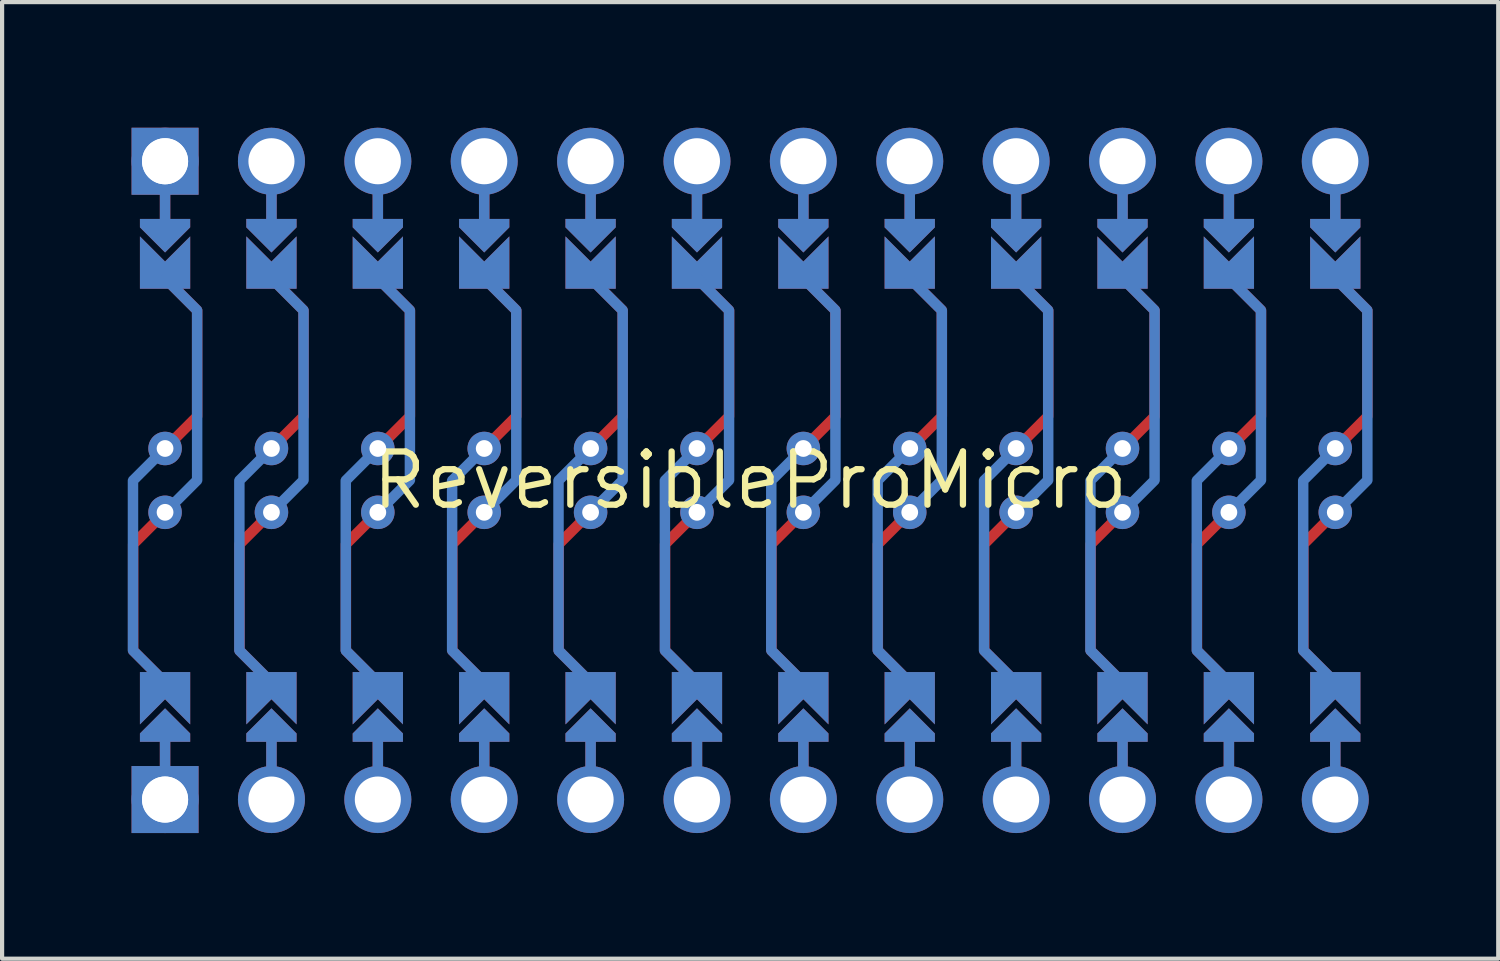
<source format=kicad_pcb>
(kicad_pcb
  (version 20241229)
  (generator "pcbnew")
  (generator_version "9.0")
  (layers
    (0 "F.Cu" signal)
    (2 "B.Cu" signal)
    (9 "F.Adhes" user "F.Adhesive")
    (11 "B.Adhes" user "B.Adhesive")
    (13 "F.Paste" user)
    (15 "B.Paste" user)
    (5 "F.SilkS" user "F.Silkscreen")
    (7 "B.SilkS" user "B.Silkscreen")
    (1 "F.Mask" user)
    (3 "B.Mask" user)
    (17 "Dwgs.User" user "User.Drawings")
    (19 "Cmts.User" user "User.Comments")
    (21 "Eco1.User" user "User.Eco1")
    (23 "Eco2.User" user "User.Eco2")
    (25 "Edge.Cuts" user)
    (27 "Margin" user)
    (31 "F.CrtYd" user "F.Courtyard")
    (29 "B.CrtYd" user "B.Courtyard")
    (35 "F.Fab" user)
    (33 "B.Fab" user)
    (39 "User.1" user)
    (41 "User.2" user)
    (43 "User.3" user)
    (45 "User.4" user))
  (footprint "ReversibleProMicro"
    (layer "F.Cu")
    (at 14.861 8.42)
    (property "Reference" "ReversibleProMicro" (at 0 0 180) (layer "F.SilkS") (effects (font (size 1.27 1.27) (thickness 0.15))))
    (attr through_hole)
    (fp_circle (center -13.97 -0.762) (end -13.845 -0.762) (stroke (width 0.25) (type solid)) (fill no) (layer "F.Mask"))
    (fp_circle (center -13.97 0.762) (end -13.845 0.762) (stroke (width 0.25) (type solid)) (fill no) (layer "F.Mask"))
    (fp_circle (center -11.43 -0.762) (end -11.305 -0.762) (stroke (width 0.25) (type solid)) (fill no) (layer "F.Mask"))
    (fp_circle (center -11.43 0.762) (end -11.305 0.762) (stroke (width 0.25) (type solid)) (fill no) (layer "F.Mask"))
    (fp_circle (center -8.89 -0.762) (end -8.765 -0.762) (stroke (width 0.25) (type solid)) (fill no) (layer "F.Mask"))
    (fp_circle (center -8.89 0.762) (end -8.765 0.762) (stroke (width 0.25) (type solid)) (fill no) (layer "F.Mask"))
    (fp_circle (center -6.35 -0.762) (end -6.225 -0.762) (stroke (width 0.25) (type solid)) (fill no) (layer "F.Mask"))
    (fp_circle (center -6.35 0.762) (end -6.225 0.762) (stroke (width 0.25) (type solid)) (fill no) (layer "F.Mask"))
    (fp_circle (center -3.81 -0.762) (end -3.685 -0.762) (stroke (width 0.25) (type solid)) (fill no) (layer "F.Mask"))
    (fp_circle (center -3.81 0.762) (end -3.685 0.762) (stroke (width 0.25) (type solid)) (fill no) (layer "F.Mask"))
    (fp_circle (center -1.27 -0.762) (end -1.145 -0.762) (stroke (width 0.25) (type solid)) (fill no) (layer "F.Mask"))
    (fp_circle (center -1.27 0.762) (end -1.145 0.762) (stroke (width 0.25) (type solid)) (fill no) (layer "F.Mask"))
    (fp_circle (center 1.27 -0.762) (end 1.395 -0.762) (stroke (width 0.25) (type solid)) (fill no) (layer "F.Mask"))
    (fp_circle (center 1.27 0.762) (end 1.395 0.762) (stroke (width 0.25) (type solid)) (fill no) (layer "F.Mask"))
    (fp_circle (center 3.81 -0.762) (end 3.935 -0.762) (stroke (width 0.25) (type solid)) (fill no) (layer "F.Mask"))
    (fp_circle (center 3.81 0.762) (end 3.935 0.762) (stroke (width 0.25) (type solid)) (fill no) (layer "F.Mask"))
    (fp_circle (center 6.35 -0.762) (end 6.475 -0.762) (stroke (width 0.25) (type solid)) (fill no) (layer "F.Mask"))
    (fp_circle (center 6.35 0.762) (end 6.475 0.762) (stroke (width 0.25) (type solid)) (fill no) (layer "F.Mask"))
    (fp_circle (center 8.89 -0.762) (end 9.015 -0.762) (stroke (width 0.25) (type solid)) (fill no) (layer "F.Mask"))
    (fp_circle (center 8.89 0.762) (end 9.015 0.762) (stroke (width 0.25) (type solid)) (fill no) (layer "F.Mask"))
    (fp_circle (center 11.43 -0.762) (end 11.555 -0.762) (stroke (width 0.25) (type solid)) (fill no) (layer "F.Mask"))
    (fp_circle (center 11.43 0.762) (end 11.555 0.762) (stroke (width 0.25) (type solid)) (fill no) (layer "F.Mask"))
    (fp_circle (center 13.97 -0.762) (end 14.095 -0.762) (stroke (width 0.25) (type solid)) (fill no) (layer "F.Mask"))
    (fp_circle (center 13.97 0.762) (end 14.095 0.762) (stroke (width 0.25) (type solid)) (fill no) (layer "F.Mask"))
    (fp_poly (pts (xy -14.478 5.08) (xy -13.462 5.08) (xy -13.462 6.096) (xy -14.478 6.096)) (stroke (width 0.1) (type solid)) (fill yes) (layer "F.Mask"))
    (fp_poly (pts (xy -13.462 -5.08) (xy -14.478 -5.08) (xy -14.478 -6.096) (xy -13.462 -6.096)) (stroke (width 0.1) (type solid)) (fill yes) (layer "F.Mask"))
    (fp_poly (pts (xy -11.938 5.08) (xy -10.922 5.08) (xy -10.922 6.096) (xy -11.938 6.096)) (stroke (width 0.1) (type solid)) (fill yes) (layer "F.Mask"))
    (fp_poly (pts (xy -10.922 -5.08) (xy -11.938 -5.08) (xy -11.938 -6.096) (xy -10.922 -6.096)) (stroke (width 0.1) (type solid)) (fill yes) (layer "F.Mask"))
    (fp_poly (pts (xy -9.398 5.08) (xy -8.382 5.08) (xy -8.382 6.096) (xy -9.398 6.096)) (stroke (width 0.1) (type solid)) (fill yes) (layer "F.Mask"))
    (fp_poly (pts (xy -8.382 -5.08) (xy -9.398 -5.08) (xy -9.398 -6.096) (xy -8.382 -6.096)) (stroke (width 0.1) (type solid)) (fill yes) (layer "F.Mask"))
    (fp_poly (pts (xy -6.858 5.08) (xy -5.842 5.08) (xy -5.842 6.096) (xy -6.858 6.096)) (stroke (width 0.1) (type solid)) (fill yes) (layer "F.Mask"))
    (fp_poly (pts (xy -5.842 -5.08) (xy -6.858 -5.08) (xy -6.858 -6.096) (xy -5.842 -6.096)) (stroke (width 0.1) (type solid)) (fill yes) (layer "F.Mask"))
    (fp_poly (pts (xy -4.318 5.08) (xy -3.302 5.08) (xy -3.302 6.096) (xy -4.318 6.096)) (stroke (width 0.1) (type solid)) (fill yes) (layer "F.Mask"))
    (fp_poly (pts (xy -3.302 -5.08) (xy -4.318 -5.08) (xy -4.318 -6.096) (xy -3.302 -6.096)) (stroke (width 0.1) (type solid)) (fill yes) (layer "F.Mask"))
    (fp_poly (pts (xy -1.778 5.08) (xy -0.762 5.08) (xy -0.762 6.096) (xy -1.778 6.096)) (stroke (width 0.1) (type solid)) (fill yes) (layer "F.Mask"))
    (fp_poly (pts (xy -0.762 -5.08) (xy -1.778 -5.08) (xy -1.778 -6.096) (xy -0.762 -6.096)) (stroke (width 0.1) (type solid)) (fill yes) (layer "F.Mask"))
    (fp_poly (pts (xy 0.762 5.08) (xy 1.778 5.08) (xy 1.778 6.096) (xy 0.762 6.096)) (stroke (width 0.1) (type solid)) (fill yes) (layer "F.Mask"))
    (fp_poly (pts (xy 1.778 -5.08) (xy 0.762 -5.08) (xy 0.762 -6.096) (xy 1.778 -6.096)) (stroke (width 0.1) (type solid)) (fill yes) (layer "F.Mask"))
    (fp_poly (pts (xy 3.302 5.08) (xy 4.318 5.08) (xy 4.318 6.096) (xy 3.302 6.096)) (stroke (width 0.1) (type solid)) (fill yes) (layer "F.Mask"))
    (fp_poly (pts (xy 4.318 -5.08) (xy 3.302 -5.08) (xy 3.302 -6.096) (xy 4.318 -6.096)) (stroke (width 0.1) (type solid)) (fill yes) (layer "F.Mask"))
    (fp_poly (pts (xy 5.842 5.08) (xy 6.858 5.08) (xy 6.858 6.096) (xy 5.842 6.096)) (stroke (width 0.1) (type solid)) (fill yes) (layer "F.Mask"))
    (fp_poly (pts (xy 6.858 -5.08) (xy 5.842 -5.08) (xy 5.842 -6.096) (xy 6.858 -6.096)) (stroke (width 0.1) (type solid)) (fill yes) (layer "F.Mask"))
    (fp_poly (pts (xy 8.382 5.08) (xy 9.398 5.08) (xy 9.398 6.096) (xy 8.382 6.096)) (stroke (width 0.1) (type solid)) (fill yes) (layer "F.Mask"))
    (fp_poly (pts (xy 9.398 -5.08) (xy 8.382 -5.08) (xy 8.382 -6.096) (xy 9.398 -6.096)) (stroke (width 0.1) (type solid)) (fill yes) (layer "F.Mask"))
    (fp_poly (pts (xy 10.922 5.08) (xy 11.938 5.08) (xy 11.938 6.096) (xy 10.922 6.096)) (stroke (width 0.1) (type solid)) (fill yes) (layer "F.Mask"))
    (fp_poly (pts (xy 11.938 -5.08) (xy 10.922 -5.08) (xy 10.922 -6.096) (xy 11.938 -6.096)) (stroke (width 0.1) (type solid)) (fill yes) (layer "F.Mask"))
    (fp_poly (pts (xy 13.462 5.08) (xy 14.478 5.08) (xy 14.478 6.096) (xy 13.462 6.096)) (stroke (width 0.1) (type solid)) (fill yes) (layer "F.Mask"))
    (fp_poly (pts (xy 14.478 -5.08) (xy 13.462 -5.08) (xy 13.462 -6.096) (xy 14.478 -6.096)) (stroke (width 0.1) (type solid)) (fill yes) (layer "F.Mask"))
    (fp_circle (center -13.97 -0.762) (end -13.845 -0.762) (stroke (width 0.25) (type solid)) (fill no) (layer "B.Mask"))
    (fp_circle (center -13.97 0.762) (end -13.845 0.762) (stroke (width 0.25) (type solid)) (fill no) (layer "B.Mask"))
    (fp_circle (center -11.43 -0.762) (end -11.305 -0.762) (stroke (width 0.25) (type solid)) (fill no) (layer "B.Mask"))
    (fp_circle (center -11.43 0.762) (end -11.305 0.762) (stroke (width 0.25) (type solid)) (fill no) (layer "B.Mask"))
    (fp_circle (center -8.89 -0.762) (end -8.765 -0.762) (stroke (width 0.25) (type solid)) (fill no) (layer "B.Mask"))
    (fp_circle (center -8.89 0.762) (end -8.765 0.762) (stroke (width 0.25) (type solid)) (fill no) (layer "B.Mask"))
    (fp_circle (center -6.35 -0.762) (end -6.225 -0.762) (stroke (width 0.25) (type solid)) (fill no) (layer "B.Mask"))
    (fp_circle (center -6.35 0.762) (end -6.225 0.762) (stroke (width 0.25) (type solid)) (fill no) (layer "B.Mask"))
    (fp_circle (center -3.81 -0.762) (end -3.685 -0.762) (stroke (width 0.25) (type solid)) (fill no) (layer "B.Mask"))
    (fp_circle (center -3.81 0.762) (end -3.685 0.762) (stroke (width 0.25) (type solid)) (fill no) (layer "B.Mask"))
    (fp_circle (center -1.27 -0.762) (end -1.145 -0.762) (stroke (width 0.25) (type solid)) (fill no) (layer "B.Mask"))
    (fp_circle (center -1.27 0.762) (end -1.145 0.762) (stroke (width 0.25) (type solid)) (fill no) (layer "B.Mask"))
    (fp_circle (center 1.27 -0.762) (end 1.395 -0.762) (stroke (width 0.25) (type solid)) (fill no) (layer "B.Mask"))
    (fp_circle (center 1.27 0.762) (end 1.395 0.762) (stroke (width 0.25) (type solid)) (fill no) (layer "B.Mask"))
    (fp_circle (center 3.81 -0.762) (end 3.935 -0.762) (stroke (width 0.25) (type solid)) (fill no) (layer "B.Mask"))
    (fp_circle (center 3.81 0.762) (end 3.935 0.762) (stroke (width 0.25) (type solid)) (fill no) (layer "B.Mask"))
    (fp_circle (center 6.35 -0.762) (end 6.475 -0.762) (stroke (width 0.25) (type solid)) (fill no) (layer "B.Mask"))
    (fp_circle (center 6.35 0.762) (end 6.475 0.762) (stroke (width 0.25) (type solid)) (fill no) (layer "B.Mask"))
    (fp_circle (center 8.89 -0.762) (end 9.015 -0.762) (stroke (width 0.25) (type solid)) (fill no) (layer "B.Mask"))
    (fp_circle (center 8.89 0.762) (end 9.015 0.762) (stroke (width 0.25) (type solid)) (fill no) (layer "B.Mask"))
    (fp_circle (center 11.43 -0.762) (end 11.555 -0.762) (stroke (width 0.25) (type solid)) (fill no) (layer "B.Mask"))
    (fp_circle (center 11.43 0.762) (end 11.555 0.762) (stroke (width 0.25) (type solid)) (fill no) (layer "B.Mask"))
    (fp_circle (center 13.97 -0.762) (end 14.095 -0.762) (stroke (width 0.25) (type solid)) (fill no) (layer "B.Mask"))
    (fp_circle (center 13.97 0.762) (end 14.095 0.762) (stroke (width 0.25) (type solid)) (fill no) (layer "B.Mask"))
    (fp_poly (pts (xy -14.478 5.08) (xy -13.462 5.08) (xy -13.462 6.096) (xy -14.478 6.096)) (stroke (width 0.1) (type solid)) (fill yes) (layer "B.Mask"))
    (fp_poly (pts (xy -13.462 -5.08) (xy -14.478 -5.08) (xy -14.478 -6.096) (xy -13.462 -6.096)) (stroke (width 0.1) (type solid)) (fill yes) (layer "B.Mask"))
    (fp_poly (pts (xy -11.938 5.08) (xy -10.922 5.08) (xy -10.922 6.096) (xy -11.938 6.096)) (stroke (width 0.1) (type solid)) (fill yes) (layer "B.Mask"))
    (fp_poly (pts (xy -10.922 -5.08) (xy -11.938 -5.08) (xy -11.938 -6.096) (xy -10.922 -6.096)) (stroke (width 0.1) (type solid)) (fill yes) (layer "B.Mask"))
    (fp_poly (pts (xy -9.398 5.08) (xy -8.382 5.08) (xy -8.382 6.096) (xy -9.398 6.096)) (stroke (width 0.1) (type solid)) (fill yes) (layer "B.Mask"))
    (fp_poly (pts (xy -8.382 -5.08) (xy -9.398 -5.08) (xy -9.398 -6.096) (xy -8.382 -6.096)) (stroke (width 0.1) (type solid)) (fill yes) (layer "B.Mask"))
    (fp_poly (pts (xy -6.858 5.08) (xy -5.842 5.08) (xy -5.842 6.096) (xy -6.858 6.096)) (stroke (width 0.1) (type solid)) (fill yes) (layer "B.Mask"))
    (fp_poly (pts (xy -5.842 -5.08) (xy -6.858 -5.08) (xy -6.858 -6.096) (xy -5.842 -6.096)) (stroke (width 0.1) (type solid)) (fill yes) (layer "B.Mask"))
    (fp_poly (pts (xy -4.318 5.08) (xy -3.302 5.08) (xy -3.302 6.096) (xy -4.318 6.096)) (stroke (width 0.1) (type solid)) (fill yes) (layer "B.Mask"))
    (fp_poly (pts (xy -3.302 -5.08) (xy -4.318 -5.08) (xy -4.318 -6.096) (xy -3.302 -6.096)) (stroke (width 0.1) (type solid)) (fill yes) (layer "B.Mask"))
    (fp_poly (pts (xy -1.778 5.08) (xy -0.762 5.08) (xy -0.762 6.096) (xy -1.778 6.096)) (stroke (width 0.1) (type solid)) (fill yes) (layer "B.Mask"))
    (fp_poly (pts (xy -0.762 -5.08) (xy -1.778 -5.08) (xy -1.778 -6.096) (xy -0.762 -6.096)) (stroke (width 0.1) (type solid)) (fill yes) (layer "B.Mask"))
    (fp_poly (pts (xy 0.762 5.08) (xy 1.778 5.08) (xy 1.778 6.096) (xy 0.762 6.096)) (stroke (width 0.1) (type solid)) (fill yes) (layer "B.Mask"))
    (fp_poly (pts (xy 1.778 -5.08) (xy 0.762 -5.08) (xy 0.762 -6.096) (xy 1.778 -6.096)) (stroke (width 0.1) (type solid)) (fill yes) (layer "B.Mask"))
    (fp_poly (pts (xy 3.302 5.08) (xy 4.318 5.08) (xy 4.318 6.096) (xy 3.302 6.096)) (stroke (width 0.1) (type solid)) (fill yes) (layer "B.Mask"))
    (fp_poly (pts (xy 4.318 -5.08) (xy 3.302 -5.08) (xy 3.302 -6.096) (xy 4.318 -6.096)) (stroke (width 0.1) (type solid)) (fill yes) (layer "B.Mask"))
    (fp_poly (pts (xy 5.842 5.08) (xy 6.858 5.08) (xy 6.858 6.096) (xy 5.842 6.096)) (stroke (width 0.1) (type solid)) (fill yes) (layer "B.Mask"))
    (fp_poly (pts (xy 6.858 -5.08) (xy 5.842 -5.08) (xy 5.842 -6.096) (xy 6.858 -6.096)) (stroke (width 0.1) (type solid)) (fill yes) (layer "B.Mask"))
    (fp_poly (pts (xy 8.382 5.08) (xy 9.398 5.08) (xy 9.398 6.096) (xy 8.382 6.096)) (stroke (width 0.1) (type solid)) (fill yes) (layer "B.Mask"))
    (fp_poly (pts (xy 9.398 -5.08) (xy 8.382 -5.08) (xy 8.382 -6.096) (xy 9.398 -6.096)) (stroke (width 0.1) (type solid)) (fill yes) (layer "B.Mask"))
    (fp_poly (pts (xy 10.922 5.08) (xy 11.938 5.08) (xy 11.938 6.096) (xy 10.922 6.096)) (stroke (width 0.1) (type solid)) (fill yes) (layer "B.Mask"))
    (fp_poly (pts (xy 11.938 -5.08) (xy 10.922 -5.08) (xy 10.922 -6.096) (xy 11.938 -6.096)) (stroke (width 0.1) (type solid)) (fill yes) (layer "B.Mask"))
    (fp_poly (pts (xy 13.462 5.08) (xy 14.478 5.08) (xy 14.478 6.096) (xy 13.462 6.096)) (stroke (width 0.1) (type solid)) (fill yes) (layer "B.Mask"))
    (fp_poly (pts (xy 14.478 -5.08) (xy 13.462 -5.08) (xy 13.462 -6.096) (xy 14.478 -6.096)) (stroke (width 0.1) (type solid)) (fill yes) (layer "B.Mask"))
    (pad "" thru_hole circle (at -13.97 -7.62) (size 1.6 1.6) (drill 1.1) (layers "*.Cu" "*.Mask"))
    (pad "" thru_hole rect (at -13.97 -7.62) (size 1.6 1.6) (drill 1.1) (layers "F.Cu" "F.Mask"))
    (pad "" smd custom (at -13.97 -6.35) (size 0.25 1) (layers "F.Cu") (options (anchor rect)) (primitives))
    (pad "" smd custom (at -13.97 -6.35) (size 0.25 1) (layers "B.Cu") (options (anchor rect)) (primitives))
    (pad "" smd custom (at -13.97 -5.842) (size 0.1 0.1) (layers "F.Cu" "F.Mask") (options (anchor rect)) (primitives (gr_poly (pts (xy 0.6 -0.4) (xy -0.6 -0.4) (xy -0.6 -0.2) (xy 0 0.4) (xy 0.6 -0.2)) (width 0) (fill yes))))
    (pad "" smd custom (at -13.97 -5.842) (size 0.1 0.1) (layers "B.Cu" "B.Mask") (options (anchor rect)) (primitives (gr_poly (pts (xy 0.6 -0.4) (xy -0.6 -0.4) (xy -0.6 -0.2) (xy 0 0.4) (xy 0.6 -0.2)) (width 0) (fill yes))))
    (pad "" smd custom (at -13.97 5.842 180) (size 0.1 0.1) (layers "F.Cu" "F.Mask") (options (anchor rect)) (primitives (gr_poly (pts (xy 0.6 -0.4) (xy -0.6 -0.4) (xy -0.6 -0.2) (xy 0 0.4) (xy 0.6 -0.2)) (width 0) (fill yes))))
    (pad "" smd custom (at -13.97 5.842 180) (size 0.1 0.1) (layers "B.Cu" "B.Mask") (options (anchor rect)) (primitives (gr_poly (pts (xy 0.6 -0.4) (xy -0.6 -0.4) (xy -0.6 -0.2) (xy 0 0.4) (xy 0.6 -0.2)) (width 0) (fill yes))))
    (pad "" smd custom (at -13.97 6.35 180) (size 0.25 1) (layers "F.Cu") (options (anchor rect)) (primitives))
    (pad "" smd custom (at -13.97 6.35 180) (size 0.25 1) (layers "B.Cu") (options (anchor rect)) (primitives))
    (pad "" thru_hole circle (at -13.97 7.62) (size 1.6 1.6) (drill 1.1) (layers "*.Cu" "*.Mask"))
    (pad "" thru_hole rect (at -13.97 7.62) (size 1.6 1.6) (drill 1.1) (layers "B.Cu" "B.Mask"))
    (pad "" thru_hole circle (at -11.43 -7.62) (size 1.6 1.6) (drill 1.1) (layers "*.Cu" "*.Mask"))
    (pad "" smd custom (at -11.43 -6.35) (size 0.25 1) (layers "F.Cu") (options (anchor rect)) (primitives))
    (pad "" smd custom (at -11.43 -6.35) (size 0.25 1) (layers "B.Cu") (options (anchor rect)) (primitives))
    (pad "" smd custom (at -11.43 -5.842) (size 0.1 0.1) (layers "F.Cu" "F.Mask") (options (anchor rect)) (primitives (gr_poly (pts (xy 0.6 -0.4) (xy -0.6 -0.4) (xy -0.6 -0.2) (xy 0 0.4) (xy 0.6 -0.2)) (width 0) (fill yes))))
    (pad "" smd custom (at -11.43 -5.842) (size 0.1 0.1) (layers "B.Cu" "B.Mask") (options (anchor rect)) (primitives (gr_poly (pts (xy 0.6 -0.4) (xy -0.6 -0.4) (xy -0.6 -0.2) (xy 0 0.4) (xy 0.6 -0.2)) (width 0) (fill yes))))
    (pad "" smd custom (at -11.43 5.842 180) (size 0.1 0.1) (layers "F.Cu" "F.Mask") (options (anchor rect)) (primitives (gr_poly (pts (xy 0.6 -0.4) (xy -0.6 -0.4) (xy -0.6 -0.2) (xy 0 0.4) (xy 0.6 -0.2)) (width 0) (fill yes))))
    (pad "" smd custom (at -11.43 5.842 180) (size 0.1 0.1) (layers "B.Cu" "B.Mask") (options (anchor rect)) (primitives (gr_poly (pts (xy 0.6 -0.4) (xy -0.6 -0.4) (xy -0.6 -0.2) (xy 0 0.4) (xy 0.6 -0.2)) (width 0) (fill yes))))
    (pad "" smd custom (at -11.43 6.35 180) (size 0.25 1) (layers "F.Cu") (options (anchor rect)) (primitives))
    (pad "" smd custom (at -11.43 6.35 180) (size 0.25 1) (layers "B.Cu") (options (anchor rect)) (primitives))
    (pad "" thru_hole circle (at -11.43 7.62) (size 1.6 1.6) (drill 1.1) (layers "*.Cu" "*.Mask"))
    (pad "" thru_hole circle (at -8.89 -7.62) (size 1.6 1.6) (drill 1.1) (layers "*.Cu" "*.Mask"))
    (pad "" smd custom (at -8.89 -6.35) (size 0.25 1) (layers "F.Cu") (options (anchor rect)) (primitives))
    (pad "" smd custom (at -8.89 -6.35) (size 0.25 1) (layers "B.Cu") (options (anchor rect)) (primitives))
    (pad "" smd custom (at -8.89 -5.842) (size 0.1 0.1) (layers "F.Cu" "F.Mask") (options (anchor rect)) (primitives (gr_poly (pts (xy 0.6 -0.4) (xy -0.6 -0.4) (xy -0.6 -0.2) (xy 0 0.4) (xy 0.6 -0.2)) (width 0) (fill yes))))
    (pad "" smd custom (at -8.89 -5.842) (size 0.1 0.1) (layers "B.Cu" "B.Mask") (options (anchor rect)) (primitives (gr_poly (pts (xy 0.6 -0.4) (xy -0.6 -0.4) (xy -0.6 -0.2) (xy 0 0.4) (xy 0.6 -0.2)) (width 0) (fill yes))))
    (pad "" smd custom (at -8.89 5.842 180) (size 0.1 0.1) (layers "F.Cu" "F.Mask") (options (anchor rect)) (primitives (gr_poly (pts (xy 0.6 -0.4) (xy -0.6 -0.4) (xy -0.6 -0.2) (xy 0 0.4) (xy 0.6 -0.2)) (width 0) (fill yes))))
    (pad "" smd custom (at -8.89 5.842 180) (size 0.1 0.1) (layers "B.Cu" "B.Mask") (options (anchor rect)) (primitives (gr_poly (pts (xy 0.6 -0.4) (xy -0.6 -0.4) (xy -0.6 -0.2) (xy 0 0.4) (xy 0.6 -0.2)) (width 0) (fill yes))))
    (pad "" smd custom (at -8.89 6.35 180) (size 0.25 1) (layers "F.Cu") (options (anchor rect)) (primitives))
    (pad "" smd custom (at -8.89 6.35 180) (size 0.25 1) (layers "B.Cu") (options (anchor rect)) (primitives))
    (pad "" thru_hole circle (at -8.89 7.62) (size 1.6 1.6) (drill 1.1) (layers "*.Cu" "*.Mask"))
    (pad "" thru_hole circle (at -6.35 -7.62) (size 1.6 1.6) (drill 1.1) (layers "*.Cu" "*.Mask"))
    (pad "" smd custom (at -6.35 -6.35) (size 0.25 1) (layers "F.Cu") (options (anchor rect)) (primitives))
    (pad "" smd custom (at -6.35 -6.35) (size 0.25 1) (layers "B.Cu") (options (anchor rect)) (primitives))
    (pad "" smd custom (at -6.35 -5.842) (size 0.1 0.1) (layers "F.Cu" "F.Mask") (options (anchor rect)) (primitives (gr_poly (pts (xy 0.6 -0.4) (xy -0.6 -0.4) (xy -0.6 -0.2) (xy 0 0.4) (xy 0.6 -0.2)) (width 0) (fill yes))))
    (pad "" smd custom (at -6.35 -5.842) (size 0.1 0.1) (layers "B.Cu" "B.Mask") (options (anchor rect)) (primitives (gr_poly (pts (xy 0.6 -0.4) (xy -0.6 -0.4) (xy -0.6 -0.2) (xy 0 0.4) (xy 0.6 -0.2)) (width 0) (fill yes))))
    (pad "" smd custom (at -6.35 5.842 180) (size 0.1 0.1) (layers "F.Cu" "F.Mask") (options (anchor rect)) (primitives (gr_poly (pts (xy 0.6 -0.4) (xy -0.6 -0.4) (xy -0.6 -0.2) (xy 0 0.4) (xy 0.6 -0.2)) (width 0) (fill yes))))
    (pad "" smd custom (at -6.35 5.842 180) (size 0.1 0.1) (layers "B.Cu" "B.Mask") (options (anchor rect)) (primitives (gr_poly (pts (xy 0.6 -0.4) (xy -0.6 -0.4) (xy -0.6 -0.2) (xy 0 0.4) (xy 0.6 -0.2)) (width 0) (fill yes))))
    (pad "" smd custom (at -6.35 6.35 180) (size 0.25 1) (layers "F.Cu") (options (anchor rect)) (primitives))
    (pad "" smd custom (at -6.35 6.35 180) (size 0.25 1) (layers "B.Cu") (options (anchor rect)) (primitives))
    (pad "" thru_hole circle (at -6.35 7.62) (size 1.6 1.6) (drill 1.1) (layers "*.Cu" "*.Mask"))
    (pad "" thru_hole circle (at -3.81 -7.62) (size 1.6 1.6) (drill 1.1) (layers "*.Cu" "*.Mask"))
    (pad "" smd custom (at -3.81 -6.35) (size 0.25 1) (layers "F.Cu") (options (anchor rect)) (primitives))
    (pad "" smd custom (at -3.81 -6.35) (size 0.25 1) (layers "B.Cu") (options (anchor rect)) (primitives))
    (pad "" smd custom (at -3.81 -5.842) (size 0.1 0.1) (layers "F.Cu" "F.Mask") (options (anchor rect)) (primitives (gr_poly (pts (xy 0.6 -0.4) (xy -0.6 -0.4) (xy -0.6 -0.2) (xy 0 0.4) (xy 0.6 -0.2)) (width 0) (fill yes))))
    (pad "" smd custom (at -3.81 -5.842) (size 0.1 0.1) (layers "B.Cu" "B.Mask") (options (anchor rect)) (primitives (gr_poly (pts (xy 0.6 -0.4) (xy -0.6 -0.4) (xy -0.6 -0.2) (xy 0 0.4) (xy 0.6 -0.2)) (width 0) (fill yes))))
    (pad "" smd custom (at -3.81 5.842 180) (size 0.1 0.1) (layers "F.Cu" "F.Mask") (options (anchor rect)) (primitives (gr_poly (pts (xy 0.6 -0.4) (xy -0.6 -0.4) (xy -0.6 -0.2) (xy 0 0.4) (xy 0.6 -0.2)) (width 0) (fill yes))))
    (pad "" smd custom (at -3.81 5.842 180) (size 0.1 0.1) (layers "B.Cu" "B.Mask") (options (anchor rect)) (primitives (gr_poly (pts (xy 0.6 -0.4) (xy -0.6 -0.4) (xy -0.6 -0.2) (xy 0 0.4) (xy 0.6 -0.2)) (width 0) (fill yes))))
    (pad "" smd custom (at -3.81 6.35 180) (size 0.25 1) (layers "F.Cu") (options (anchor rect)) (primitives))
    (pad "" smd custom (at -3.81 6.35 180) (size 0.25 1) (layers "B.Cu") (options (anchor rect)) (primitives))
    (pad "" thru_hole circle (at -3.81 7.62) (size 1.6 1.6) (drill 1.1) (layers "*.Cu" "*.Mask"))
    (pad "" thru_hole circle (at -1.27 -7.62) (size 1.6 1.6) (drill 1.1) (layers "*.Cu" "*.Mask"))
    (pad "" smd custom (at -1.27 -6.35) (size 0.25 1) (layers "F.Cu") (options (anchor rect)) (primitives))
    (pad "" smd custom (at -1.27 -6.35) (size 0.25 1) (layers "B.Cu") (options (anchor rect)) (primitives))
    (pad "" smd custom (at -1.27 -5.842) (size 0.1 0.1) (layers "F.Cu" "F.Mask") (options (anchor rect)) (primitives (gr_poly (pts (xy 0.6 -0.4) (xy -0.6 -0.4) (xy -0.6 -0.2) (xy 0 0.4) (xy 0.6 -0.2)) (width 0) (fill yes))))
    (pad "" smd custom (at -1.27 -5.842) (size 0.1 0.1) (layers "B.Cu" "B.Mask") (options (anchor rect)) (primitives (gr_poly (pts (xy 0.6 -0.4) (xy -0.6 -0.4) (xy -0.6 -0.2) (xy 0 0.4) (xy 0.6 -0.2)) (width 0) (fill yes))))
    (pad "" smd custom (at -1.27 5.842 180) (size 0.1 0.1) (layers "F.Cu" "F.Mask") (options (anchor rect)) (primitives (gr_poly (pts (xy 0.6 -0.4) (xy -0.6 -0.4) (xy -0.6 -0.2) (xy 0 0.4) (xy 0.6 -0.2)) (width 0) (fill yes))))
    (pad "" smd custom (at -1.27 5.842 180) (size 0.1 0.1) (layers "B.Cu" "B.Mask") (options (anchor rect)) (primitives (gr_poly (pts (xy 0.6 -0.4) (xy -0.6 -0.4) (xy -0.6 -0.2) (xy 0 0.4) (xy 0.6 -0.2)) (width 0) (fill yes))))
    (pad "" smd custom (at -1.27 6.35 180) (size 0.25 1) (layers "F.Cu") (options (anchor rect)) (primitives))
    (pad "" smd custom (at -1.27 6.35 180) (size 0.25 1) (layers "B.Cu") (options (anchor rect)) (primitives))
    (pad "" thru_hole circle (at -1.27 7.62) (size 1.6 1.6) (drill 1.1) (layers "*.Cu" "*.Mask"))
    (pad "" thru_hole circle (at 1.27 -7.62) (size 1.6 1.6) (drill 1.1) (layers "*.Cu" "*.Mask"))
    (pad "" smd custom (at 1.27 -6.35) (size 0.25 1) (layers "F.Cu") (options (anchor rect)) (primitives))
    (pad "" smd custom (at 1.27 -6.35) (size 0.25 1) (layers "B.Cu") (options (anchor rect)) (primitives))
    (pad "" smd custom (at 1.27 -5.842) (size 0.1 0.1) (layers "F.Cu" "F.Mask") (options (anchor rect)) (primitives (gr_poly (pts (xy 0.6 -0.4) (xy -0.6 -0.4) (xy -0.6 -0.2) (xy 0 0.4) (xy 0.6 -0.2)) (width 0) (fill yes))))
    (pad "" smd custom (at 1.27 -5.842) (size 0.1 0.1) (layers "B.Cu" "B.Mask") (options (anchor rect)) (primitives (gr_poly (pts (xy 0.6 -0.4) (xy -0.6 -0.4) (xy -0.6 -0.2) (xy 0 0.4) (xy 0.6 -0.2)) (width 0) (fill yes))))
    (pad "" smd custom (at 1.27 5.842 180) (size 0.1 0.1) (layers "F.Cu" "F.Mask") (options (anchor rect)) (primitives (gr_poly (pts (xy 0.6 -0.4) (xy -0.6 -0.4) (xy -0.6 -0.2) (xy 0 0.4) (xy 0.6 -0.2)) (width 0) (fill yes))))
    (pad "" smd custom (at 1.27 5.842 180) (size 0.1 0.1) (layers "B.Cu" "B.Mask") (options (anchor rect)) (primitives (gr_poly (pts (xy 0.6 -0.4) (xy -0.6 -0.4) (xy -0.6 -0.2) (xy 0 0.4) (xy 0.6 -0.2)) (width 0) (fill yes))))
    (pad "" smd custom (at 1.27 6.35 180) (size 0.25 1) (layers "F.Cu") (options (anchor rect)) (primitives))
    (pad "" smd custom (at 1.27 6.35 180) (size 0.25 1) (layers "B.Cu") (options (anchor rect)) (primitives))
    (pad "" thru_hole circle (at 1.27 7.62) (size 1.6 1.6) (drill 1.1) (layers "*.Cu" "*.Mask"))
    (pad "" thru_hole circle (at 3.81 -7.62) (size 1.6 1.6) (drill 1.1) (layers "*.Cu" "*.Mask"))
    (pad "" smd custom (at 3.81 -6.35) (size 0.25 1) (layers "F.Cu") (options (anchor rect)) (primitives))
    (pad "" smd custom (at 3.81 -6.35) (size 0.25 1) (layers "B.Cu") (options (anchor rect)) (primitives))
    (pad "" smd custom (at 3.81 -5.842) (size 0.1 0.1) (layers "F.Cu" "F.Mask") (options (anchor rect)) (primitives (gr_poly (pts (xy 0.6 -0.4) (xy -0.6 -0.4) (xy -0.6 -0.2) (xy 0 0.4) (xy 0.6 -0.2)) (width 0) (fill yes))))
    (pad "" smd custom (at 3.81 -5.842) (size 0.1 0.1) (layers "B.Cu" "B.Mask") (options (anchor rect)) (primitives (gr_poly (pts (xy 0.6 -0.4) (xy -0.6 -0.4) (xy -0.6 -0.2) (xy 0 0.4) (xy 0.6 -0.2)) (width 0) (fill yes))))
    (pad "" smd custom (at 3.81 5.842 180) (size 0.1 0.1) (layers "F.Cu" "F.Mask") (options (anchor rect)) (primitives (gr_poly (pts (xy 0.6 -0.4) (xy -0.6 -0.4) (xy -0.6 -0.2) (xy 0 0.4) (xy 0.6 -0.2)) (width 0) (fill yes))))
    (pad "" smd custom (at 3.81 5.842 180) (size 0.1 0.1) (layers "B.Cu" "B.Mask") (options (anchor rect)) (primitives (gr_poly (pts (xy 0.6 -0.4) (xy -0.6 -0.4) (xy -0.6 -0.2) (xy 0 0.4) (xy 0.6 -0.2)) (width 0) (fill yes))))
    (pad "" smd custom (at 3.81 6.35 180) (size 0.25 1) (layers "F.Cu") (options (anchor rect)) (primitives))
    (pad "" smd custom (at 3.81 6.35 180) (size 0.25 1) (layers "B.Cu") (options (anchor rect)) (primitives))
    (pad "" thru_hole circle (at 3.81 7.62) (size 1.6 1.6) (drill 1.1) (layers "*.Cu" "*.Mask"))
    (pad "" thru_hole circle (at 6.35 -7.62) (size 1.6 1.6) (drill 1.1) (layers "*.Cu" "*.Mask"))
    (pad "" smd custom (at 6.35 -6.35) (size 0.25 1) (layers "F.Cu") (options (anchor rect)) (primitives))
    (pad "" smd custom (at 6.35 -6.35) (size 0.25 1) (layers "B.Cu") (options (anchor rect)) (primitives))
    (pad "" smd custom (at 6.35 -5.842) (size 0.1 0.1) (layers "F.Cu" "F.Mask") (options (anchor rect)) (primitives (gr_poly (pts (xy 0.6 -0.4) (xy -0.6 -0.4) (xy -0.6 -0.2) (xy 0 0.4) (xy 0.6 -0.2)) (width 0) (fill yes))))
    (pad "" smd custom (at 6.35 -5.842) (size 0.1 0.1) (layers "B.Cu" "B.Mask") (options (anchor rect)) (primitives (gr_poly (pts (xy 0.6 -0.4) (xy -0.6 -0.4) (xy -0.6 -0.2) (xy 0 0.4) (xy 0.6 -0.2)) (width 0) (fill yes))))
    (pad "" smd custom (at 6.35 5.842 180) (size 0.1 0.1) (layers "F.Cu" "F.Mask") (options (anchor rect)) (primitives (gr_poly (pts (xy 0.6 -0.4) (xy -0.6 -0.4) (xy -0.6 -0.2) (xy 0 0.4) (xy 0.6 -0.2)) (width 0) (fill yes))))
    (pad "" smd custom (at 6.35 5.842 180) (size 0.1 0.1) (layers "B.Cu" "B.Mask") (options (anchor rect)) (primitives (gr_poly (pts (xy 0.6 -0.4) (xy -0.6 -0.4) (xy -0.6 -0.2) (xy 0 0.4) (xy 0.6 -0.2)) (width 0) (fill yes))))
    (pad "" smd custom (at 6.35 6.35 180) (size 0.25 1) (layers "F.Cu") (options (anchor rect)) (primitives))
    (pad "" smd custom (at 6.35 6.35 180) (size 0.25 1) (layers "B.Cu") (options (anchor rect)) (primitives))
    (pad "" thru_hole circle (at 6.35 7.62) (size 1.6 1.6) (drill 1.1) (layers "*.Cu" "*.Mask"))
    (pad "" thru_hole circle (at 8.89 -7.62) (size 1.6 1.6) (drill 1.1) (layers "*.Cu" "*.Mask"))
    (pad "" smd custom (at 8.89 -6.35) (size 0.25 1) (layers "F.Cu") (options (anchor rect)) (primitives))
    (pad "" smd custom (at 8.89 -6.35) (size 0.25 1) (layers "B.Cu") (options (anchor rect)) (primitives))
    (pad "" smd custom (at 8.89 -5.842) (size 0.1 0.1) (layers "F.Cu" "F.Mask") (options (anchor rect)) (primitives (gr_poly (pts (xy 0.6 -0.4) (xy -0.6 -0.4) (xy -0.6 -0.2) (xy 0 0.4) (xy 0.6 -0.2)) (width 0) (fill yes))))
    (pad "" smd custom (at 8.89 -5.842) (size 0.1 0.1) (layers "B.Cu" "B.Mask") (options (anchor rect)) (primitives (gr_poly (pts (xy 0.6 -0.4) (xy -0.6 -0.4) (xy -0.6 -0.2) (xy 0 0.4) (xy 0.6 -0.2)) (width 0) (fill yes))))
    (pad "" smd custom (at 8.89 5.842 180) (size 0.1 0.1) (layers "F.Cu" "F.Mask") (options (anchor rect)) (primitives (gr_poly (pts (xy 0.6 -0.4) (xy -0.6 -0.4) (xy -0.6 -0.2) (xy 0 0.4) (xy 0.6 -0.2)) (width 0) (fill yes))))
    (pad "" smd custom (at 8.89 5.842 180) (size 0.1 0.1) (layers "B.Cu" "B.Mask") (options (anchor rect)) (primitives (gr_poly (pts (xy 0.6 -0.4) (xy -0.6 -0.4) (xy -0.6 -0.2) (xy 0 0.4) (xy 0.6 -0.2)) (width 0) (fill yes))))
    (pad "" smd custom (at 8.89 6.35 180) (size 0.25 1) (layers "F.Cu") (options (anchor rect)) (primitives))
    (pad "" smd custom (at 8.89 6.35 180) (size 0.25 1) (layers "B.Cu") (options (anchor rect)) (primitives))
    (pad "" thru_hole circle (at 8.89 7.62) (size 1.6 1.6) (drill 1.1) (layers "*.Cu" "*.Mask"))
    (pad "" thru_hole circle (at 11.43 -7.62) (size 1.6 1.6) (drill 1.1) (layers "*.Cu" "*.Mask"))
    (pad "" smd custom (at 11.43 -6.35) (size 0.25 1) (layers "F.Cu") (options (anchor rect)) (primitives))
    (pad "" smd custom (at 11.43 -6.35) (size 0.25 1) (layers "B.Cu") (options (anchor rect)) (primitives))
    (pad "" smd custom (at 11.43 -5.842) (size 0.1 0.1) (layers "F.Cu" "F.Mask") (options (anchor rect)) (primitives (gr_poly (pts (xy 0.6 -0.4) (xy -0.6 -0.4) (xy -0.6 -0.2) (xy 0 0.4) (xy 0.6 -0.2)) (width 0) (fill yes))))
    (pad "" smd custom (at 11.43 -5.842) (size 0.1 0.1) (layers "B.Cu" "B.Mask") (options (anchor rect)) (primitives (gr_poly (pts (xy 0.6 -0.4) (xy -0.6 -0.4) (xy -0.6 -0.2) (xy 0 0.4) (xy 0.6 -0.2)) (width 0) (fill yes))))
    (pad "" smd custom (at 11.43 5.842 180) (size 0.1 0.1) (layers "F.Cu" "F.Mask") (options (anchor rect)) (primitives (gr_poly (pts (xy 0.6 -0.4) (xy -0.6 -0.4) (xy -0.6 -0.2) (xy 0 0.4) (xy 0.6 -0.2)) (width 0) (fill yes))))
    (pad "" smd custom (at 11.43 5.842 180) (size 0.1 0.1) (layers "B.Cu" "B.Mask") (options (anchor rect)) (primitives (gr_poly (pts (xy 0.6 -0.4) (xy -0.6 -0.4) (xy -0.6 -0.2) (xy 0 0.4) (xy 0.6 -0.2)) (width 0) (fill yes))))
    (pad "" smd custom (at 11.43 6.35 180) (size 0.25 1) (layers "F.Cu") (options (anchor rect)) (primitives))
    (pad "" smd custom (at 11.43 6.35 180) (size 0.25 1) (layers "B.Cu") (options (anchor rect)) (primitives))
    (pad "" thru_hole circle (at 11.43 7.62) (size 1.6 1.6) (drill 1.1) (layers "*.Cu" "*.Mask"))
    (pad "" thru_hole circle (at 13.97 -7.62) (size 1.6 1.6) (drill 1.1) (layers "*.Cu" "*.Mask"))
    (pad "" smd custom (at 13.97 -6.35) (size 0.25 1) (layers "F.Cu") (options (anchor rect)) (primitives))
    (pad "" smd custom (at 13.97 -6.35) (size 0.25 1) (layers "B.Cu") (options (anchor rect)) (primitives))
    (pad "" smd custom (at 13.97 -5.842) (size 0.1 0.1) (layers "F.Cu" "F.Mask") (options (anchor rect)) (primitives (gr_poly (pts (xy 0.6 -0.4) (xy -0.6 -0.4) (xy -0.6 -0.2) (xy 0 0.4) (xy 0.6 -0.2)) (width 0) (fill yes))))
    (pad "" smd custom (at 13.97 -5.842) (size 0.1 0.1) (layers "B.Cu" "B.Mask") (options (anchor rect)) (primitives (gr_poly (pts (xy 0.6 -0.4) (xy -0.6 -0.4) (xy -0.6 -0.2) (xy 0 0.4) (xy 0.6 -0.2)) (width 0) (fill yes))))
    (pad "" smd custom (at 13.97 5.842 180) (size 0.1 0.1) (layers "F.Cu" "F.Mask") (options (anchor rect)) (primitives (gr_poly (pts (xy 0.6 -0.4) (xy -0.6 -0.4) (xy -0.6 -0.2) (xy 0 0.4) (xy 0.6 -0.2)) (width 0) (fill yes))))
    (pad "" smd custom (at 13.97 5.842 180) (size 0.1 0.1) (layers "B.Cu" "B.Mask") (options (anchor rect)) (primitives (gr_poly (pts (xy 0.6 -0.4) (xy -0.6 -0.4) (xy -0.6 -0.2) (xy 0 0.4) (xy 0.6 -0.2)) (width 0) (fill yes))))
    (pad "" smd custom (at 13.97 6.35 180) (size 0.25 1) (layers "F.Cu") (options (anchor rect)) (primitives))
    (pad "" smd custom (at 13.97 6.35 180) (size 0.25 1) (layers "B.Cu") (options (anchor rect)) (primitives))
    (pad "" thru_hole circle (at 13.97 7.62) (size 1.6 1.6) (drill 1.1) (layers "*.Cu" "*.Mask"))
    (pad "1" smd custom (at -13.97 -4.826) (size 1.2 0.5) (layers "F.Cu" "F.Mask") (options (anchor rect)) (primitives (gr_poly (pts (xy 0.6 0) (xy -0.6 0) (xy -0.6 -1) (xy 0 -0.4) (xy 0.6 -1)) (width 0) (fill yes))))
    (pad "1" smd custom (at -13.97 -0.762) (size 0.25 0.25) (layers "F.Cu") (options (anchor circle)) (primitives (gr_line (start 0 0) (end 0.766 -0.766) (width 0.25)) (gr_line (start 0.766 -0.766) (end 0.766 -3.298) (width 0.25)) (gr_line (start 0.766 -3.298) (end 0 -4.064) (width 0.25))))
    (pad "1" smd custom (at -13.97 -0.762) (size 0.25 0.25) (layers "B.Cu") (options (anchor circle)) (primitives (gr_line (start 0 0) (end -0.766 0.766) (width 0.25)) (gr_line (start -0.766 0.766) (end -0.766 4.822) (width 0.25)) (gr_line (start -0.766 4.822) (end 0 5.588) (width 0.25))))
    (pad "1" thru_hole circle (at -13.97 -0.762 180) (size 0.8 0.8) (drill 0.4) (layers "*.Cu"))
    (pad "1" smd custom (at -13.97 4.826 180) (size 1.2 0.5) (layers "B.Cu" "B.Mask") (options (anchor rect)) (primitives (gr_poly (pts (xy 0.6 0) (xy -0.6 0) (xy -0.6 -1) (xy 0 -0.4) (xy 0.6 -1)) (width 0) (fill yes))))
    (pad "2" smd custom (at -11.43 -4.826) (size 1.2 0.5) (layers "F.Cu" "F.Mask") (options (anchor rect)) (primitives (gr_poly (pts (xy 0.6 0) (xy -0.6 0) (xy -0.6 -1) (xy 0 -0.4) (xy 0.6 -1)) (width 0) (fill yes))))
    (pad "2" smd custom (at -11.43 -0.762) (size 0.25 0.25) (layers "F.Cu") (options (anchor circle)) (primitives (gr_line (start 0 0) (end 0.766 -0.766) (width 0.25)) (gr_line (start 0.766 -0.766) (end 0.766 -3.298) (width 0.25)) (gr_line (start 0.766 -3.298) (end 0 -4.064) (width 0.25))))
    (pad "2" smd custom (at -11.43 -0.762) (size 0.25 0.25) (layers "B.Cu") (options (anchor circle)) (primitives (gr_line (start 0 0) (end -0.766 0.766) (width 0.25)) (gr_line (start -0.766 0.766) (end -0.766 4.822) (width 0.25)) (gr_line (start -0.766 4.822) (end 0 5.588) (width 0.25))))
    (pad "2" thru_hole circle (at -11.43 -0.762 180) (size 0.8 0.8) (drill 0.4) (layers "*.Cu"))
    (pad "2" smd custom (at -11.43 4.826 180) (size 1.2 0.5) (layers "B.Cu" "B.Mask") (options (anchor rect)) (primitives (gr_poly (pts (xy 0.6 0) (xy -0.6 0) (xy -0.6 -1) (xy 0 -0.4) (xy 0.6 -1)) (width 0) (fill yes))))
    (pad "3" smd custom (at -8.89 -4.826) (size 1.2 0.5) (layers "F.Cu" "F.Mask") (options (anchor rect)) (primitives (gr_poly (pts (xy 0.6 0) (xy -0.6 0) (xy -0.6 -1) (xy 0 -0.4) (xy 0.6 -1)) (width 0) (fill yes))))
    (pad "3" smd custom (at -8.89 -0.762) (size 0.25 0.25) (layers "F.Cu") (options (anchor circle)) (primitives (gr_line (start 0 0) (end 0.766 -0.766) (width 0.25)) (gr_line (start 0.766 -0.766) (end 0.766 -3.298) (width 0.25)) (gr_line (start 0.766 -3.298) (end 0 -4.064) (width 0.25))))
    (pad "3" smd custom (at -8.89 -0.762) (size 0.25 0.25) (layers "B.Cu") (options (anchor circle)) (primitives (gr_line (start 0 0) (end -0.766 0.766) (width 0.25)) (gr_line (start -0.766 0.766) (end -0.766 4.822) (width 0.25)) (gr_line (start -0.766 4.822) (end 0 5.588) (width 0.25))))
    (pad "3" thru_hole circle (at -8.89 -0.762 180) (size 0.8 0.8) (drill 0.4) (layers "*.Cu"))
    (pad "3" smd custom (at -8.89 4.826 180) (size 1.2 0.5) (layers "B.Cu" "B.Mask") (options (anchor rect)) (primitives (gr_poly (pts (xy 0.6 0) (xy -0.6 0) (xy -0.6 -1) (xy 0 -0.4) (xy 0.6 -1)) (width 0) (fill yes))))
    (pad "4" smd custom (at -6.35 -4.826) (size 1.2 0.5) (layers "F.Cu" "F.Mask") (options (anchor rect)) (primitives (gr_poly (pts (xy 0.6 0) (xy -0.6 0) (xy -0.6 -1) (xy 0 -0.4) (xy 0.6 -1)) (width 0) (fill yes))))
    (pad "4" smd custom (at -6.35 -0.762) (size 0.25 0.25) (layers "F.Cu") (options (anchor circle)) (primitives (gr_line (start 0 0) (end 0.766 -0.766) (width 0.25)) (gr_line (start 0.766 -0.766) (end 0.766 -3.298) (width 0.25)) (gr_line (start 0.766 -3.298) (end 0 -4.064) (width 0.25))))
    (pad "4" smd custom (at -6.35 -0.762) (size 0.25 0.25) (layers "B.Cu") (options (anchor circle)) (primitives (gr_line (start 0 0) (end -0.766 0.766) (width 0.25)) (gr_line (start -0.766 0.766) (end -0.766 4.822) (width 0.25)) (gr_line (start -0.766 4.822) (end 0 5.588) (width 0.25))))
    (pad "4" thru_hole circle (at -6.35 -0.762 180) (size 0.8 0.8) (drill 0.4) (layers "*.Cu"))
    (pad "4" smd custom (at -6.35 4.826 180) (size 1.2 0.5) (layers "B.Cu" "B.Mask") (options (anchor rect)) (primitives (gr_poly (pts (xy 0.6 0) (xy -0.6 0) (xy -0.6 -1) (xy 0 -0.4) (xy 0.6 -1)) (width 0) (fill yes))))
    (pad "5" smd custom (at -3.81 -4.826) (size 1.2 0.5) (layers "F.Cu" "F.Mask") (options (anchor rect)) (primitives (gr_poly (pts (xy 0.6 0) (xy -0.6 0) (xy -0.6 -1) (xy 0 -0.4) (xy 0.6 -1)) (width 0) (fill yes))))
    (pad "5" smd custom (at -3.81 -0.762) (size 0.25 0.25) (layers "F.Cu") (options (anchor circle)) (primitives (gr_line (start 0 0) (end 0.766 -0.766) (width 0.25)) (gr_line (start 0.766 -0.766) (end 0.766 -3.298) (width 0.25)) (gr_line (start 0.766 -3.298) (end 0 -4.064) (width 0.25))))
    (pad "5" smd custom (at -3.81 -0.762) (size 0.25 0.25) (layers "B.Cu") (options (anchor circle)) (primitives (gr_line (start 0 0) (end -0.766 0.766) (width 0.25)) (gr_line (start -0.766 0.766) (end -0.766 4.822) (width 0.25)) (gr_line (start -0.766 4.822) (end 0 5.588) (width 0.25))))
    (pad "5" thru_hole circle (at -3.81 -0.762 180) (size 0.8 0.8) (drill 0.4) (layers "*.Cu"))
    (pad "5" smd custom (at -3.81 4.826 180) (size 1.2 0.5) (layers "B.Cu" "B.Mask") (options (anchor rect)) (primitives (gr_poly (pts (xy 0.6 0) (xy -0.6 0) (xy -0.6 -1) (xy 0 -0.4) (xy 0.6 -1)) (width 0) (fill yes))))
    (pad "6" smd custom (at -1.27 -4.826) (size 1.2 0.5) (layers "F.Cu" "F.Mask") (options (anchor rect)) (primitives (gr_poly (pts (xy 0.6 0) (xy -0.6 0) (xy -0.6 -1) (xy 0 -0.4) (xy 0.6 -1)) (width 0) (fill yes))))
    (pad "6" smd custom (at -1.27 -0.762) (size 0.25 0.25) (layers "F.Cu") (options (anchor circle)) (primitives (gr_line (start 0 0) (end 0.766 -0.766) (width 0.25)) (gr_line (start 0.766 -0.766) (end 0.766 -3.298) (width 0.25)) (gr_line (start 0.766 -3.298) (end 0 -4.064) (width 0.25))))
    (pad "6" smd custom (at -1.27 -0.762) (size 0.25 0.25) (layers "B.Cu") (options (anchor circle)) (primitives (gr_line (start 0 0) (end -0.766 0.766) (width 0.25)) (gr_line (start -0.766 0.766) (end -0.766 4.822) (width 0.25)) (gr_line (start -0.766 4.822) (end 0 5.588) (width 0.25))))
    (pad "6" thru_hole circle (at -1.27 -0.762 180) (size 0.8 0.8) (drill 0.4) (layers "*.Cu"))
    (pad "6" smd custom (at -1.27 4.826 180) (size 1.2 0.5) (layers "B.Cu" "B.Mask") (options (anchor rect)) (primitives (gr_poly (pts (xy 0.6 0) (xy -0.6 0) (xy -0.6 -1) (xy 0 -0.4) (xy 0.6 -1)) (width 0) (fill yes))))
    (pad "7" smd custom (at 1.27 -4.826) (size 1.2 0.5) (layers "F.Cu" "F.Mask") (options (anchor rect)) (primitives (gr_poly (pts (xy 0.6 0) (xy -0.6 0) (xy -0.6 -1) (xy 0 -0.4) (xy 0.6 -1)) (width 0) (fill yes))))
    (pad "7" smd custom (at 1.27 -0.762) (size 0.25 0.25) (layers "F.Cu") (options (anchor circle)) (primitives (gr_line (start 0 0) (end 0.766 -0.766) (width 0.25)) (gr_line (start 0.766 -0.766) (end 0.766 -3.298) (width 0.25)) (gr_line (start 0.766 -3.298) (end 0 -4.064) (width 0.25))))
    (pad "7" smd custom (at 1.27 -0.762) (size 0.25 0.25) (layers "B.Cu") (options (anchor circle)) (primitives (gr_line (start 0 0) (end -0.766 0.766) (width 0.25)) (gr_line (start -0.766 0.766) (end -0.766 4.822) (width 0.25)) (gr_line (start -0.766 4.822) (end 0 5.588) (width 0.25))))
    (pad "7" thru_hole circle (at 1.27 -0.762 180) (size 0.8 0.8) (drill 0.4) (layers "*.Cu"))
    (pad "7" smd custom (at 1.27 4.826 180) (size 1.2 0.5) (layers "B.Cu" "B.Mask") (options (anchor rect)) (primitives (gr_poly (pts (xy 0.6 0) (xy -0.6 0) (xy -0.6 -1) (xy 0 -0.4) (xy 0.6 -1)) (width 0) (fill yes))))
    (pad "8" smd custom (at 3.81 -4.826) (size 1.2 0.5) (layers "F.Cu" "F.Mask") (options (anchor rect)) (primitives (gr_poly (pts (xy 0.6 0) (xy -0.6 0) (xy -0.6 -1) (xy 0 -0.4) (xy 0.6 -1)) (width 0) (fill yes))))
    (pad "8" smd custom (at 3.81 -0.762) (size 0.25 0.25) (layers "F.Cu") (options (anchor circle)) (primitives (gr_line (start 0 0) (end 0.766 -0.766) (width 0.25)) (gr_line (start 0.766 -0.766) (end 0.766 -3.298) (width 0.25)) (gr_line (start 0.766 -3.298) (end 0 -4.064) (width 0.25))))
    (pad "8" smd custom (at 3.81 -0.762) (size 0.25 0.25) (layers "B.Cu") (options (anchor circle)) (primitives (gr_line (start 0 0) (end -0.766 0.766) (width 0.25)) (gr_line (start -0.766 0.766) (end -0.766 4.822) (width 0.25)) (gr_line (start -0.766 4.822) (end 0 5.588) (width 0.25))))
    (pad "8" thru_hole circle (at 3.81 -0.762 180) (size 0.8 0.8) (drill 0.4) (layers "*.Cu"))
    (pad "8" smd custom (at 3.81 4.826 180) (size 1.2 0.5) (layers "B.Cu" "B.Mask") (options (anchor rect)) (primitives (gr_poly (pts (xy 0.6 0) (xy -0.6 0) (xy -0.6 -1) (xy 0 -0.4) (xy 0.6 -1)) (width 0) (fill yes))))
    (pad "9" smd custom (at 6.35 -4.826) (size 1.2 0.5) (layers "F.Cu" "F.Mask") (options (anchor rect)) (primitives (gr_poly (pts (xy 0.6 0) (xy -0.6 0) (xy -0.6 -1) (xy 0 -0.4) (xy 0.6 -1)) (width 0) (fill yes))))
    (pad "9" smd custom (at 6.35 -0.762) (size 0.25 0.25) (layers "F.Cu") (options (anchor circle)) (primitives (gr_line (start 0 0) (end 0.766 -0.766) (width 0.25)) (gr_line (start 0.766 -0.766) (end 0.766 -3.298) (width 0.25)) (gr_line (start 0.766 -3.298) (end 0 -4.064) (width 0.25))))
    (pad "9" smd custom (at 6.35 -0.762) (size 0.25 0.25) (layers "B.Cu") (options (anchor circle)) (primitives (gr_line (start 0 0) (end -0.766 0.766) (width 0.25)) (gr_line (start -0.766 0.766) (end -0.766 4.822) (width 0.25)) (gr_line (start -0.766 4.822) (end 0 5.588) (width 0.25))))
    (pad "9" thru_hole circle (at 6.35 -0.762 180) (size 0.8 0.8) (drill 0.4) (layers "*.Cu"))
    (pad "9" smd custom (at 6.35 4.826 180) (size 1.2 0.5) (layers "B.Cu" "B.Mask") (options (anchor rect)) (primitives (gr_poly (pts (xy 0.6 0) (xy -0.6 0) (xy -0.6 -1) (xy 0 -0.4) (xy 0.6 -1)) (width 0) (fill yes))))
    (pad "10" smd custom (at 8.89 -4.826) (size 1.2 0.5) (layers "F.Cu" "F.Mask") (options (anchor rect)) (primitives (gr_poly (pts (xy 0.6 0) (xy -0.6 0) (xy -0.6 -1) (xy 0 -0.4) (xy 0.6 -1)) (width 0) (fill yes))))
    (pad "10" smd custom (at 8.89 -0.762) (size 0.25 0.25) (layers "F.Cu") (options (anchor circle)) (primitives (gr_line (start 0 0) (end 0.766 -0.766) (width 0.25)) (gr_line (start 0.766 -0.766) (end 0.766 -3.298) (width 0.25)) (gr_line (start 0.766 -3.298) (end 0 -4.064) (width 0.25))))
    (pad "10" smd custom (at 8.89 -0.762) (size 0.25 0.25) (layers "B.Cu") (options (anchor circle)) (primitives (gr_line (start 0 0) (end -0.766 0.766) (width 0.25)) (gr_line (start -0.766 0.766) (end -0.766 4.822) (width 0.25)) (gr_line (start -0.766 4.822) (end 0 5.588) (width 0.25))))
    (pad "10" thru_hole circle (at 8.89 -0.762 180) (size 0.8 0.8) (drill 0.4) (layers "*.Cu"))
    (pad "10" smd custom (at 8.89 4.826 180) (size 1.2 0.5) (layers "B.Cu" "B.Mask") (options (anchor rect)) (primitives (gr_poly (pts (xy 0.6 0) (xy -0.6 0) (xy -0.6 -1) (xy 0 -0.4) (xy 0.6 -1)) (width 0) (fill yes))))
    (pad "11" smd custom (at 11.43 -4.826) (size 1.2 0.5) (layers "F.Cu" "F.Mask") (options (anchor rect)) (primitives (gr_poly (pts (xy 0.6 0) (xy -0.6 0) (xy -0.6 -1) (xy 0 -0.4) (xy 0.6 -1)) (width 0) (fill yes))))
    (pad "11" smd custom (at 11.43 -0.762) (size 0.25 0.25) (layers "F.Cu") (options (anchor circle)) (primitives (gr_line (start 0 0) (end 0.766 -0.766) (width 0.25)) (gr_line (start 0.766 -0.766) (end 0.766 -3.298) (width 0.25)) (gr_line (start 0.766 -3.298) (end 0 -4.064) (width 0.25))))
    (pad "11" smd custom (at 11.43 -0.762) (size 0.25 0.25) (layers "B.Cu") (options (anchor circle)) (primitives (gr_line (start 0 0) (end -0.766 0.766) (width 0.25)) (gr_line (start -0.766 0.766) (end -0.766 4.822) (width 0.25)) (gr_line (start -0.766 4.822) (end 0 5.588) (width 0.25))))
    (pad "11" thru_hole circle (at 11.43 -0.762 180) (size 0.8 0.8) (drill 0.4) (layers "*.Cu"))
    (pad "11" smd custom (at 11.43 4.826 180) (size 1.2 0.5) (layers "B.Cu" "B.Mask") (options (anchor rect)) (primitives (gr_poly (pts (xy 0.6 0) (xy -0.6 0) (xy -0.6 -1) (xy 0 -0.4) (xy 0.6 -1)) (width 0) (fill yes))))
    (pad "12" smd custom (at 13.97 -4.826) (size 1.2 0.5) (layers "F.Cu" "F.Mask") (options (anchor rect)) (primitives (gr_poly (pts (xy 0.6 0) (xy -0.6 0) (xy -0.6 -1) (xy 0 -0.4) (xy 0.6 -1)) (width 0) (fill yes))))
    (pad "12" smd custom (at 13.97 -0.762) (size 0.25 0.25) (layers "F.Cu") (options (anchor circle)) (primitives (gr_line (start 0 0) (end 0.766 -0.766) (width 0.25)) (gr_line (start 0.766 -0.766) (end 0.766 -3.298) (width 0.25)) (gr_line (start 0.766 -3.298) (end 0 -4.064) (width 0.25))))
    (pad "12" smd custom (at 13.97 -0.762) (size 0.25 0.25) (layers "B.Cu") (options (anchor circle)) (primitives (gr_line (start 0 0) (end -0.766 0.766) (width 0.25)) (gr_line (start -0.766 0.766) (end -0.766 4.822) (width 0.25)) (gr_line (start -0.766 4.822) (end 0 5.588) (width 0.25))))
    (pad "12" thru_hole circle (at 13.97 -0.762 180) (size 0.8 0.8) (drill 0.4) (layers "*.Cu"))
    (pad "12" smd custom (at 13.97 4.826 180) (size 1.2 0.5) (layers "B.Cu" "B.Mask") (options (anchor rect)) (primitives (gr_poly (pts (xy 0.6 0) (xy -0.6 0) (xy -0.6 -1) (xy 0 -0.4) (xy 0.6 -1)) (width 0) (fill yes))))
    (pad "13" smd custom (at 13.97 -4.826) (size 1.2 0.5) (layers "B.Cu" "B.Mask") (options (anchor rect)) (primitives (gr_poly (pts (xy 0.6 0) (xy -0.6 0) (xy -0.6 -1) (xy 0 -0.4) (xy 0.6 -1)) (width 0) (fill yes))))
    (pad "13" smd custom (at 13.97 0.762 180) (size 0.25 0.25) (layers "F.Cu") (options (anchor circle)) (primitives (gr_line (start 0 0) (end 0.762 -0.762) (width 0.25)) (gr_line (start 0.762 -0.762) (end 0.762 -3.302) (width 0.25)) (gr_line (start 0.762 -3.302) (end 0 -4.064) (width 0.25))))
    (pad "13" smd custom (at 13.97 0.762 180) (size 0.25 0.25) (layers "B.Cu") (options (anchor circle)) (primitives (gr_line (start 0 0) (end -0.766 0.766) (width 0.25)) (gr_line (start -0.766 0.766) (end -0.766 4.822) (width 0.25)) (gr_line (start -0.766 4.822) (end 0 5.588) (width 0.25))))
    (pad "13" thru_hole circle (at 13.97 0.762 180) (size 0.8 0.8) (drill 0.4) (layers "*.Cu"))
    (pad "13" smd custom (at 13.97 4.826 180) (size 1.2 0.5) (layers "F.Cu" "F.Mask") (options (anchor rect)) (primitives (gr_poly (pts (xy 0.6 0) (xy -0.6 0) (xy -0.6 -1) (xy 0 -0.4) (xy 0.6 -1)) (width 0) (fill yes))))
    (pad "14" smd custom (at 11.43 -4.826) (size 1.2 0.5) (layers "B.Cu" "B.Mask") (options (anchor rect)) (primitives (gr_poly (pts (xy 0.6 0) (xy -0.6 0) (xy -0.6 -1) (xy 0 -0.4) (xy 0.6 -1)) (width 0) (fill yes))))
    (pad "14" smd custom (at 11.43 0.762 180) (size 0.25 0.25) (layers "F.Cu") (options (anchor circle)) (primitives (gr_line (start 0 0) (end 0.762 -0.762) (width 0.25)) (gr_line (start 0.762 -0.762) (end 0.762 -3.302) (width 0.25)) (gr_line (start 0.762 -3.302) (end 0 -4.064) (width 0.25))))
    (pad "14" smd custom (at 11.43 0.762 180) (size 0.25 0.25) (layers "B.Cu") (options (anchor circle)) (primitives (gr_line (start 0 0) (end -0.766 0.766) (width 0.25)) (gr_line (start -0.766 0.766) (end -0.766 4.822) (width 0.25)) (gr_line (start -0.766 4.822) (end 0 5.588) (width 0.25))))
    (pad "14" thru_hole circle (at 11.43 0.762 180) (size 0.8 0.8) (drill 0.4) (layers "*.Cu"))
    (pad "14" smd custom (at 11.43 4.826 180) (size 1.2 0.5) (layers "F.Cu" "F.Mask") (options (anchor rect)) (primitives (gr_poly (pts (xy 0.6 0) (xy -0.6 0) (xy -0.6 -1) (xy 0 -0.4) (xy 0.6 -1)) (width 0) (fill yes))))
    (pad "15" smd custom (at 8.89 -4.826) (size 1.2 0.5) (layers "B.Cu" "B.Mask") (options (anchor rect)) (primitives (gr_poly (pts (xy 0.6 0) (xy -0.6 0) (xy -0.6 -1) (xy 0 -0.4) (xy 0.6 -1)) (width 0) (fill yes))))
    (pad "15" smd custom (at 8.89 0.762 180) (size 0.25 0.25) (layers "F.Cu") (options (anchor circle)) (primitives (gr_line (start 0 0) (end 0.762 -0.762) (width 0.25)) (gr_line (start 0.762 -0.762) (end 0.762 -3.302) (width 0.25)) (gr_line (start 0.762 -3.302) (end 0 -4.064) (width 0.25))))
    (pad "15" smd custom (at 8.89 0.762 180) (size 0.25 0.25) (layers "B.Cu") (options (anchor circle)) (primitives (gr_line (start 0 0) (end -0.766 0.766) (width 0.25)) (gr_line (start -0.766 0.766) (end -0.766 4.822) (width 0.25)) (gr_line (start -0.766 4.822) (end 0 5.588) (width 0.25))))
    (pad "15" thru_hole circle (at 8.89 0.762 180) (size 0.8 0.8) (drill 0.4) (layers "*.Cu"))
    (pad "15" smd custom (at 8.89 4.826 180) (size 1.2 0.5) (layers "F.Cu" "F.Mask") (options (anchor rect)) (primitives (gr_poly (pts (xy 0.6 0) (xy -0.6 0) (xy -0.6 -1) (xy 0 -0.4) (xy 0.6 -1)) (width 0) (fill yes))))
    (pad "16" smd custom (at 6.35 -4.826) (size 1.2 0.5) (layers "B.Cu" "B.Mask") (options (anchor rect)) (primitives (gr_poly (pts (xy 0.6 0) (xy -0.6 0) (xy -0.6 -1) (xy 0 -0.4) (xy 0.6 -1)) (width 0) (fill yes))))
    (pad "16" smd custom (at 6.35 0.762 180) (size 0.25 0.25) (layers "F.Cu") (options (anchor circle)) (primitives (gr_line (start 0 0) (end 0.762 -0.762) (width 0.25)) (gr_line (start 0.762 -0.762) (end 0.762 -3.302) (width 0.25)) (gr_line (start 0.762 -3.302) (end 0 -4.064) (width 0.25))))
    (pad "16" smd custom (at 6.35 0.762 180) (size 0.25 0.25) (layers "B.Cu") (options (anchor circle)) (primitives (gr_line (start 0 0) (end -0.766 0.766) (width 0.25)) (gr_line (start -0.766 0.766) (end -0.766 4.822) (width 0.25)) (gr_line (start -0.766 4.822) (end 0 5.588) (width 0.25))))
    (pad "16" thru_hole circle (at 6.35 0.762 180) (size 0.8 0.8) (drill 0.4) (layers "*.Cu"))
    (pad "16" smd custom (at 6.35 4.826 180) (size 1.2 0.5) (layers "F.Cu" "F.Mask") (options (anchor rect)) (primitives (gr_poly (pts (xy 0.6 0) (xy -0.6 0) (xy -0.6 -1) (xy 0 -0.4) (xy 0.6 -1)) (width 0) (fill yes))))
    (pad "17" smd custom (at 3.81 -4.826) (size 1.2 0.5) (layers "B.Cu" "B.Mask") (options (anchor rect)) (primitives (gr_poly (pts (xy 0.6 0) (xy -0.6 0) (xy -0.6 -1) (xy 0 -0.4) (xy 0.6 -1)) (width 0) (fill yes))))
    (pad "17" smd custom (at 3.81 0.762 180) (size 0.25 0.25) (layers "F.Cu") (options (anchor circle)) (primitives (gr_line (start 0 0) (end 0.762 -0.762) (width 0.25)) (gr_line (start 0.762 -0.762) (end 0.762 -3.302) (width 0.25)) (gr_line (start 0.762 -3.302) (end 0 -4.064) (width 0.25))))
    (pad "17" smd custom (at 3.81 0.762 180) (size 0.25 0.25) (layers "B.Cu") (options (anchor circle)) (primitives (gr_line (start 0 0) (end -0.766 0.766) (width 0.25)) (gr_line (start -0.766 0.766) (end -0.766 4.822) (width 0.25)) (gr_line (start -0.766 4.822) (end 0 5.588) (width 0.25))))
    (pad "17" thru_hole circle (at 3.81 0.762 180) (size 0.8 0.8) (drill 0.4) (layers "*.Cu"))
    (pad "17" smd custom (at 3.81 4.826 180) (size 1.2 0.5) (layers "F.Cu" "F.Mask") (options (anchor rect)) (primitives (gr_poly (pts (xy 0.6 0) (xy -0.6 0) (xy -0.6 -1) (xy 0 -0.4) (xy 0.6 -1)) (width 0) (fill yes))))
    (pad "18" smd custom (at 1.27 -4.826) (size 1.2 0.5) (layers "B.Cu" "B.Mask") (options (anchor rect)) (primitives (gr_poly (pts (xy 0.6 0) (xy -0.6 0) (xy -0.6 -1) (xy 0 -0.4) (xy 0.6 -1)) (width 0) (fill yes))))
    (pad "18" smd custom (at 1.27 0.762 180) (size 0.25 0.25) (layers "F.Cu") (options (anchor circle)) (primitives (gr_line (start 0 0) (end 0.762 -0.762) (width 0.25)) (gr_line (start 0.762 -0.762) (end 0.762 -3.302) (width 0.25)) (gr_line (start 0.762 -3.302) (end 0 -4.064) (width 0.25))))
    (pad "18" smd custom (at 1.27 0.762 180) (size 0.25 0.25) (layers "B.Cu") (options (anchor circle)) (primitives (gr_line (start 0 0) (end -0.766 0.766) (width 0.25)) (gr_line (start -0.766 0.766) (end -0.766 4.822) (width 0.25)) (gr_line (start -0.766 4.822) (end 0 5.588) (width 0.25))))
    (pad "18" thru_hole circle (at 1.27 0.762 180) (size 0.8 0.8) (drill 0.4) (layers "*.Cu"))
    (pad "18" smd custom (at 1.27 4.826 180) (size 1.2 0.5) (layers "F.Cu" "F.Mask") (options (anchor rect)) (primitives (gr_poly (pts (xy 0.6 0) (xy -0.6 0) (xy -0.6 -1) (xy 0 -0.4) (xy 0.6 -1)) (width 0) (fill yes))))
    (pad "19" smd custom (at -1.27 -4.826) (size 1.2 0.5) (layers "B.Cu" "B.Mask") (options (anchor rect)) (primitives (gr_poly (pts (xy 0.6 0) (xy -0.6 0) (xy -0.6 -1) (xy 0 -0.4) (xy 0.6 -1)) (width 0) (fill yes))))
    (pad "19" smd custom (at -1.27 0.762 180) (size 0.25 0.25) (layers "F.Cu") (options (anchor circle)) (primitives (gr_line (start 0 0) (end 0.762 -0.762) (width 0.25)) (gr_line (start 0.762 -0.762) (end 0.762 -3.302) (width 0.25)) (gr_line (start 0.762 -3.302) (end 0 -4.064) (width 0.25))))
    (pad "19" smd custom (at -1.27 0.762 180) (size 0.25 0.25) (layers "B.Cu") (options (anchor circle)) (primitives (gr_line (start 0 0) (end -0.766 0.766) (width 0.25)) (gr_line (start -0.766 0.766) (end -0.766 4.822) (width 0.25)) (gr_line (start -0.766 4.822) (end 0 5.588) (width 0.25))))
    (pad "19" thru_hole circle (at -1.27 0.762 180) (size 0.8 0.8) (drill 0.4) (layers "*.Cu"))
    (pad "19" smd custom (at -1.27 4.826 180) (size 1.2 0.5) (layers "F.Cu" "F.Mask") (options (anchor rect)) (primitives (gr_poly (pts (xy 0.6 0) (xy -0.6 0) (xy -0.6 -1) (xy 0 -0.4) (xy 0.6 -1)) (width 0) (fill yes))))
    (pad "20" smd custom (at -3.81 -4.826) (size 1.2 0.5) (layers "B.Cu" "B.Mask") (options (anchor rect)) (primitives (gr_poly (pts (xy 0.6 0) (xy -0.6 0) (xy -0.6 -1) (xy 0 -0.4) (xy 0.6 -1)) (width 0) (fill yes))))
    (pad "20" smd custom (at -3.81 0.762 180) (size 0.25 0.25) (layers "F.Cu") (options (anchor circle)) (primitives (gr_line (start 0 0) (end 0.762 -0.762) (width 0.25)) (gr_line (start 0.762 -0.762) (end 0.762 -3.302) (width 0.25)) (gr_line (start 0.762 -3.302) (end 0 -4.064) (width 0.25))))
    (pad "20" smd custom (at -3.81 0.762 180) (size 0.25 0.25) (layers "B.Cu") (options (anchor circle)) (primitives (gr_line (start 0 0) (end -0.766 0.766) (width 0.25)) (gr_line (start -0.766 0.766) (end -0.766 4.822) (width 0.25)) (gr_line (start -0.766 4.822) (end 0 5.588) (width 0.25))))
    (pad "20" thru_hole circle (at -3.81 0.762 180) (size 0.8 0.8) (drill 0.4) (layers "*.Cu"))
    (pad "20" smd custom (at -3.81 4.826 180) (size 1.2 0.5) (layers "F.Cu" "F.Mask") (options (anchor rect)) (primitives (gr_poly (pts (xy 0.6 0) (xy -0.6 0) (xy -0.6 -1) (xy 0 -0.4) (xy 0.6 -1)) (width 0) (fill yes))))
    (pad "21" smd custom (at -6.35 -4.826) (size 1.2 0.5) (layers "B.Cu" "B.Mask") (options (anchor rect)) (primitives (gr_poly (pts (xy 0.6 0) (xy -0.6 0) (xy -0.6 -1) (xy 0 -0.4) (xy 0.6 -1)) (width 0) (fill yes))))
    (pad "21" smd custom (at -6.35 0.762 180) (size 0.25 0.25) (layers "F.Cu") (options (anchor circle)) (primitives (gr_line (start 0 0) (end 0.762 -0.762) (width 0.25)) (gr_line (start 0.762 -0.762) (end 0.762 -3.302) (width 0.25)) (gr_line (start 0.762 -3.302) (end 0 -4.064) (width 0.25))))
    (pad "21" smd custom (at -6.35 0.762 180) (size 0.25 0.25) (layers "B.Cu") (options (anchor circle)) (primitives (gr_line (start 0 0) (end -0.766 0.766) (width 0.25)) (gr_line (start -0.766 0.766) (end -0.766 4.822) (width 0.25)) (gr_line (start -0.766 4.822) (end 0 5.588) (width 0.25))))
    (pad "21" thru_hole circle (at -6.35 0.762 180) (size 0.8 0.8) (drill 0.4) (layers "*.Cu"))
    (pad "21" smd custom (at -6.35 4.826 180) (size 1.2 0.5) (layers "F.Cu" "F.Mask") (options (anchor rect)) (primitives (gr_poly (pts (xy 0.6 0) (xy -0.6 0) (xy -0.6 -1) (xy 0 -0.4) (xy 0.6 -1)) (width 0) (fill yes))))
    (pad "22" smd custom (at -8.89 -4.826) (size 1.2 0.5) (layers "B.Cu" "B.Mask") (options (anchor rect)) (primitives (gr_poly (pts (xy 0.6 0) (xy -0.6 0) (xy -0.6 -1) (xy 0 -0.4) (xy 0.6 -1)) (width 0) (fill yes))))
    (pad "22" smd custom (at -8.89 0.762 180) (size 0.25 0.25) (layers "F.Cu") (options (anchor circle)) (primitives (gr_line (start 0 0) (end 0.762 -0.762) (width 0.25)) (gr_line (start 0.762 -0.762) (end 0.762 -3.302) (width 0.25)) (gr_line (start 0.762 -3.302) (end 0 -4.064) (width 0.25))))
    (pad "22" smd custom (at -8.89 0.762 180) (size 0.25 0.25) (layers "B.Cu") (options (anchor circle)) (primitives (gr_line (start 0 0) (end -0.766 0.766) (width 0.25)) (gr_line (start -0.766 0.766) (end -0.766 4.822) (width 0.25)) (gr_line (start -0.766 4.822) (end 0 5.588) (width 0.25))))
    (pad "22" thru_hole circle (at -8.89 0.762 180) (size 0.8 0.8) (drill 0.4) (layers "*.Cu"))
    (pad "22" smd custom (at -8.89 4.826 180) (size 1.2 0.5) (layers "F.Cu" "F.Mask") (options (anchor rect)) (primitives (gr_poly (pts (xy 0.6 0) (xy -0.6 0) (xy -0.6 -1) (xy 0 -0.4) (xy 0.6 -1)) (width 0) (fill yes))))
    (pad "23" smd custom (at -11.43 -4.826) (size 1.2 0.5) (layers "B.Cu" "B.Mask") (options (anchor rect)) (primitives (gr_poly (pts (xy 0.6 0) (xy -0.6 0) (xy -0.6 -1) (xy 0 -0.4) (xy 0.6 -1)) (width 0) (fill yes))))
    (pad "23" smd custom (at -11.43 0.762 180) (size 0.25 0.25) (layers "F.Cu") (options (anchor circle)) (primitives (gr_line (start 0 0) (end 0.762 -0.762) (width 0.25)) (gr_line (start 0.762 -0.762) (end 0.762 -3.302) (width 0.25)) (gr_line (start 0.762 -3.302) (end 0 -4.064) (width 0.25))))
    (pad "23" smd custom (at -11.43 0.762 180) (size 0.25 0.25) (layers "B.Cu") (options (anchor circle)) (primitives (gr_line (start 0 0) (end -0.766 0.766) (width 0.25)) (gr_line (start -0.766 0.766) (end -0.766 4.822) (width 0.25)) (gr_line (start -0.766 4.822) (end 0 5.588) (width 0.25))))
    (pad "23" thru_hole circle (at -11.43 0.762 180) (size 0.8 0.8) (drill 0.4) (layers "*.Cu"))
    (pad "23" smd custom (at -11.43 4.826 180) (size 1.2 0.5) (layers "F.Cu" "F.Mask") (options (anchor rect)) (primitives (gr_poly (pts (xy 0.6 0) (xy -0.6 0) (xy -0.6 -1) (xy 0 -0.4) (xy 0.6 -1)) (width 0) (fill yes))))
    (pad "24" smd custom (at -13.97 -4.826) (size 1.2 0.5) (layers "B.Cu" "B.Mask") (options (anchor rect)) (primitives (gr_poly (pts (xy 0.6 0) (xy -0.6 0) (xy -0.6 -1) (xy 0 -0.4) (xy 0.6 -1)) (width 0) (fill yes))))
    (pad "24" smd custom (at -13.97 0.762 180) (size 0.25 0.25) (layers "F.Cu") (options (anchor circle)) (primitives (gr_line (start 0 0) (end 0.762 -0.762) (width 0.25)) (gr_line (start 0.762 -0.762) (end 0.762 -3.302) (width 0.25)) (gr_line (start 0.762 -3.302) (end 0 -4.064) (width 0.25))))
    (pad "24" smd custom (at -13.97 0.762 180) (size 0.25 0.25) (layers "B.Cu") (options (anchor circle)) (primitives (gr_line (start 0 0) (end -0.766 0.766) (width 0.25)) (gr_line (start -0.766 0.766) (end -0.766 4.822) (width 0.25)) (gr_line (start -0.766 4.822) (end 0 5.588) (width 0.25))))
    (pad "24" thru_hole circle (at -13.97 0.762 180) (size 0.8 0.8) (drill 0.4) (layers "*.Cu"))
    (pad "24" smd custom (at -13.97 4.826 180) (size 1.2 0.5) (layers "F.Cu" "F.Mask") (options (anchor rect)) (primitives (gr_poly (pts (xy 0.6 0) (xy -0.6 0) (xy -0.6 -1) (xy 0 -0.4) (xy 0.6 -1)) (width 0) (fill yes)))))
  (gr_rect
    (start -3 -3)
    (end 32.722 19.84)
    (stroke (width 0.1) (type default))
    (fill no)
    (layer "Edge.Cuts")))
</source>
